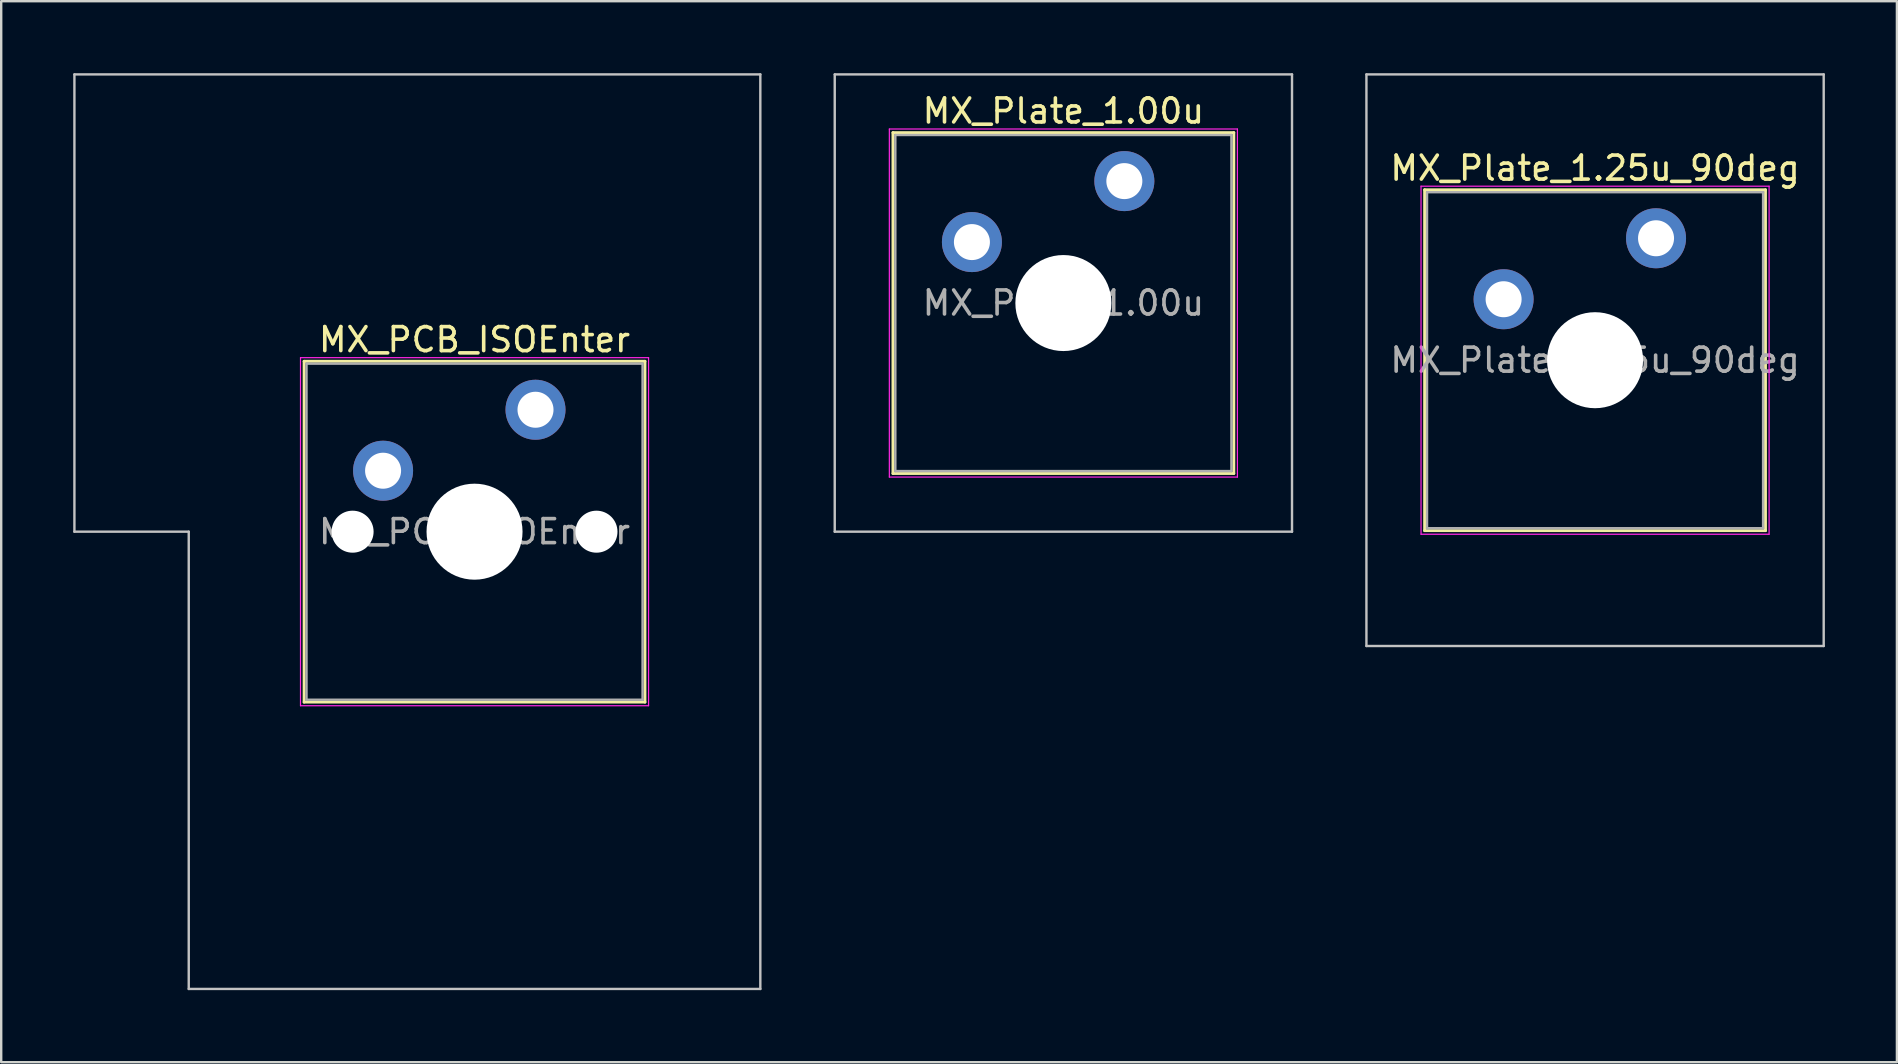
<source format=kicad_pcb>
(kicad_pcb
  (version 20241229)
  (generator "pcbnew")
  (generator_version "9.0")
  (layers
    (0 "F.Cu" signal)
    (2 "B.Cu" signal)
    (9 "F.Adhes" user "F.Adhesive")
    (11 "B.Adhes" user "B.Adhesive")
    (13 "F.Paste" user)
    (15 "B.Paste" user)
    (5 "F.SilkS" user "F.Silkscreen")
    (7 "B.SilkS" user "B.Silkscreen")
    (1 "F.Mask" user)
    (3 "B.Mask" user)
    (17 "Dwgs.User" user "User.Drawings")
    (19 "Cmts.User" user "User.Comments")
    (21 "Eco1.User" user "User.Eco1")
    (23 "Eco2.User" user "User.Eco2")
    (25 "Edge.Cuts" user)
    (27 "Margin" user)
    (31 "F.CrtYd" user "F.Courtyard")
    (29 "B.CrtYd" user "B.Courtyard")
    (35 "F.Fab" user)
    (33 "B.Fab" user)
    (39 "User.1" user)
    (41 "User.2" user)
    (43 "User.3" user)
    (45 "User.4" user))
  (footprint "MX_Plate_1.00u"
    (layer "F.Cu")
    (at 41.25 9.575)
    (property "Reference" "MX_Plate_1.00u" (at 0 -8 0) (layer "F.SilkS") (effects (font (size 1 1) (thickness 0.15))))
    (attr through_hole)
    (fp_line (start -7.1 -7.1) (end -7.1 7.1) (stroke (width 0.12) (type solid)) (layer "F.SilkS"))
    (fp_line (start -7.1 7.1) (end 7.1 7.1) (stroke (width 0.12) (type solid)) (layer "F.SilkS"))
    (fp_line (start 7.1 -7.1) (end -7.1 -7.1) (stroke (width 0.12) (type solid)) (layer "F.SilkS"))
    (fp_line (start 7.1 7.1) (end 7.1 -7.1) (stroke (width 0.12) (type solid)) (layer "F.SilkS"))
    (fp_line (start -9.525 -9.525) (end -9.525 9.525) (stroke (width 0.1) (type solid)) (layer "Dwgs.User"))
    (fp_line (start -9.525 9.525) (end 9.525 9.525) (stroke (width 0.1) (type solid)) (layer "Dwgs.User"))
    (fp_line (start 9.525 -9.525) (end -9.525 -9.525) (stroke (width 0.1) (type solid)) (layer "Dwgs.User"))
    (fp_line (start 9.525 9.525) (end 9.525 -9.525) (stroke (width 0.1) (type solid)) (layer "Dwgs.User"))
    (fp_line (start -7 -7) (end -7 7) (stroke (width 0.1) (type solid)) (layer "Eco1.User"))
    (fp_line (start -7 7) (end 7 7) (stroke (width 0.1) (type solid)) (layer "Eco1.User"))
    (fp_line (start 7 -7) (end -7 -7) (stroke (width 0.1) (type solid)) (layer "Eco1.User"))
    (fp_line (start 7 7) (end 7 -7) (stroke (width 0.1) (type solid)) (layer "Eco1.User"))
    (fp_line (start -7.25 -7.25) (end -7.25 7.25) (stroke (width 0.05) (type solid)) (layer "F.CrtYd"))
    (fp_line (start -7.25 7.25) (end 7.25 7.25) (stroke (width 0.05) (type solid)) (layer "F.CrtYd"))
    (fp_line (start 7.25 -7.25) (end -7.25 -7.25) (stroke (width 0.05) (type solid)) (layer "F.CrtYd"))
    (fp_line (start 7.25 7.25) (end 7.25 -7.25) (stroke (width 0.05) (type solid)) (layer "F.CrtYd"))
    (fp_line (start -7 -7) (end -7 7) (stroke (width 0.1) (type solid)) (layer "F.Fab"))
    (fp_line (start -7 7) (end 7 7) (stroke (width 0.1) (type solid)) (layer "F.Fab"))
    (fp_line (start 7 -7) (end -7 -7) (stroke (width 0.1) (type solid)) (layer "F.Fab"))
    (fp_line (start 7 7) (end 7 -7) (stroke (width 0.1) (type solid)) (layer "F.Fab"))
    (fp_text user "${REFERENCE}" (at 0 0 0) (layer "F.Fab") (effects (font (size 1 1) (thickness 0.15))))
    (pad "" np_thru_hole circle (at 0 0) (size 4 4) (drill 4) (layers "*.Cu" "*.Mask"))
    (pad "1" thru_hole circle (at -3.81 -2.54) (size 2.5 2.5) (drill 1.5) (layers "*.Cu" "*.Mask"))
    (pad "2" thru_hole circle (at 2.54 -5.08) (size 2.5 2.5) (drill 1.5) (layers "*.Cu" "*.Mask")))
  (footprint "MX_Plate_1.25u_90deg"
    (layer "F.Cu")
    (at 63.4 11.956)
    (property "Reference" "MX_Plate_1.25u_90deg" (at 0 -8 0) (layer "F.SilkS") (effects (font (size 1 1) (thickness 0.15))))
    (attr through_hole)
    (fp_line (start -7.1 -7.1) (end -7.1 7.1) (stroke (width 0.12) (type solid)) (layer "F.SilkS"))
    (fp_line (start -7.1 7.1) (end 7.1 7.1) (stroke (width 0.12) (type solid)) (layer "F.SilkS"))
    (fp_line (start 7.1 -7.1) (end -7.1 -7.1) (stroke (width 0.12) (type solid)) (layer "F.SilkS"))
    (fp_line (start 7.1 7.1) (end 7.1 -7.1) (stroke (width 0.12) (type solid)) (layer "F.SilkS"))
    (fp_line (start -9.525 -11.906) (end 9.525 -11.906) (stroke (width 0.1) (type solid)) (layer "Dwgs.User"))
    (fp_line (start -9.525 11.906) (end -9.525 -11.906) (stroke (width 0.1) (type solid)) (layer "Dwgs.User"))
    (fp_line (start 9.525 -11.906) (end 9.525 11.906) (stroke (width 0.1) (type solid)) (layer "Dwgs.User"))
    (fp_line (start 9.525 11.906) (end -9.525 11.906) (stroke (width 0.1) (type solid)) (layer "Dwgs.User"))
    (fp_line (start -7 -7) (end -7 7) (stroke (width 0.1) (type solid)) (layer "Eco1.User"))
    (fp_line (start -7 7) (end 7 7) (stroke (width 0.1) (type solid)) (layer "Eco1.User"))
    (fp_line (start 7 -7) (end -7 -7) (stroke (width 0.1) (type solid)) (layer "Eco1.User"))
    (fp_line (start 7 7) (end 7 -7) (stroke (width 0.1) (type solid)) (layer "Eco1.User"))
    (fp_line (start -7.25 -7.25) (end -7.25 7.25) (stroke (width 0.05) (type solid)) (layer "F.CrtYd"))
    (fp_line (start -7.25 7.25) (end 7.25 7.25) (stroke (width 0.05) (type solid)) (layer "F.CrtYd"))
    (fp_line (start 7.25 -7.25) (end -7.25 -7.25) (stroke (width 0.05) (type solid)) (layer "F.CrtYd"))
    (fp_line (start 7.25 7.25) (end 7.25 -7.25) (stroke (width 0.05) (type solid)) (layer "F.CrtYd"))
    (fp_line (start -7 -7) (end -7 7) (stroke (width 0.1) (type solid)) (layer "F.Fab"))
    (fp_line (start -7 7) (end 7 7) (stroke (width 0.1) (type solid)) (layer "F.Fab"))
    (fp_line (start 7 -7) (end -7 -7) (stroke (width 0.1) (type solid)) (layer "F.Fab"))
    (fp_line (start 7 7) (end 7 -7) (stroke (width 0.1) (type solid)) (layer "F.Fab"))
    (fp_text user "${REFERENCE}" (at 0 0 0) (layer "F.Fab") (effects (font (size 1 1) (thickness 0.15))))
    (pad "" np_thru_hole circle (at 0 0) (size 4 4) (drill 4) (layers "*.Cu" "*.Mask"))
    (pad "1" thru_hole circle (at -3.81 -2.54) (size 2.5 2.5) (drill 1.5) (layers "*.Cu" "*.Mask"))
    (pad "2" thru_hole circle (at 2.54 -5.08) (size 2.5 2.5) (drill 1.5) (layers "*.Cu" "*.Mask")))
  (footprint "MX_PCB_ISOEnter"
    (layer "F.Cu")
    (at 16.719 19.1)
    (property "Reference" "MX_PCB_ISOEnter" (at 0 -8 0) (layer "F.SilkS") (effects (font (size 1 1) (thickness 0.15))))
    (attr through_hole)
    (fp_line (start -7.1 -7.1) (end -7.1 7.1) (stroke (width 0.12) (type solid)) (layer "F.SilkS"))
    (fp_line (start -7.1 7.1) (end 7.1 7.1) (stroke (width 0.12) (type solid)) (layer "F.SilkS"))
    (fp_line (start 7.1 -7.1) (end -7.1 -7.1) (stroke (width 0.12) (type solid)) (layer "F.SilkS"))
    (fp_line (start 7.1 7.1) (end 7.1 -7.1) (stroke (width 0.12) (type solid)) (layer "F.SilkS"))
    (fp_line (start -16.669 -19.05) (end -16.669 0) (stroke (width 0.1) (type solid)) (layer "Dwgs.User"))
    (fp_line (start -16.669 0) (end -11.906 0) (stroke (width 0.1) (type solid)) (layer "Dwgs.User"))
    (fp_line (start -11.906 0) (end -11.906 19.05) (stroke (width 0.1) (type solid)) (layer "Dwgs.User"))
    (fp_line (start -11.906 19.05) (end 11.906 19.05) (stroke (width 0.1) (type solid)) (layer "Dwgs.User"))
    (fp_line (start 11.906 -19.05) (end -16.669 -19.05) (stroke (width 0.1) (type solid)) (layer "Dwgs.User"))
    (fp_line (start 11.906 19.05) (end 11.906 -19.05) (stroke (width 0.1) (type solid)) (layer "Dwgs.User"))
    (fp_line (start -7 -7) (end -7 7) (stroke (width 0.1) (type solid)) (layer "Eco1.User"))
    (fp_line (start -7 7) (end 7 7) (stroke (width 0.1) (type solid)) (layer "Eco1.User"))
    (fp_line (start 7 -7) (end -7 -7) (stroke (width 0.1) (type solid)) (layer "Eco1.User"))
    (fp_line (start 7 7) (end 7 -7) (stroke (width 0.1) (type solid)) (layer "Eco1.User"))
    (fp_line (start -7.25 -7.25) (end -7.25 7.25) (stroke (width 0.05) (type solid)) (layer "F.CrtYd"))
    (fp_line (start -7.25 7.25) (end 7.25 7.25) (stroke (width 0.05) (type solid)) (layer "F.CrtYd"))
    (fp_line (start 7.25 -7.25) (end -7.25 -7.25) (stroke (width 0.05) (type solid)) (layer "F.CrtYd"))
    (fp_line (start 7.25 7.25) (end 7.25 -7.25) (stroke (width 0.05) (type solid)) (layer "F.CrtYd"))
    (fp_line (start -7 -7) (end -7 7) (stroke (width 0.1) (type solid)) (layer "F.Fab"))
    (fp_line (start -7 7) (end 7 7) (stroke (width 0.1) (type solid)) (layer "F.Fab"))
    (fp_line (start 7 -7) (end -7 -7) (stroke (width 0.1) (type solid)) (layer "F.Fab"))
    (fp_line (start 7 7) (end 7 -7) (stroke (width 0.1) (type solid)) (layer "F.Fab"))
    (fp_text user "${REFERENCE}" (at 0 0 0) (layer "F.Fab") (effects (font (size 1 1) (thickness 0.15))))
    (pad "" np_thru_hole circle (at -5.08 0) (size 1.75 1.75) (drill 1.75) (layers "*.Cu" "*.Mask"))
    (pad "" np_thru_hole circle (at 0 0) (size 4 4) (drill 4) (layers "*.Cu" "*.Mask"))
    (pad "" np_thru_hole circle (at 5.08 0) (size 1.75 1.75) (drill 1.75) (layers "*.Cu" "*.Mask"))
    (pad "1" thru_hole circle (at -3.81 -2.54) (size 2.5 2.5) (drill 1.5) (layers "*.Cu" "*.Mask"))
    (pad "2" thru_hole circle (at 2.54 -5.08) (size 2.5 2.5) (drill 1.5) (layers "*.Cu" "*.Mask")))
  (gr_rect
    (start -3 -3)
    (end 75.975 41.2)
    (stroke (width 0.1) (type default))
    (fill no)
    (layer "Edge.Cuts")))
</source>
